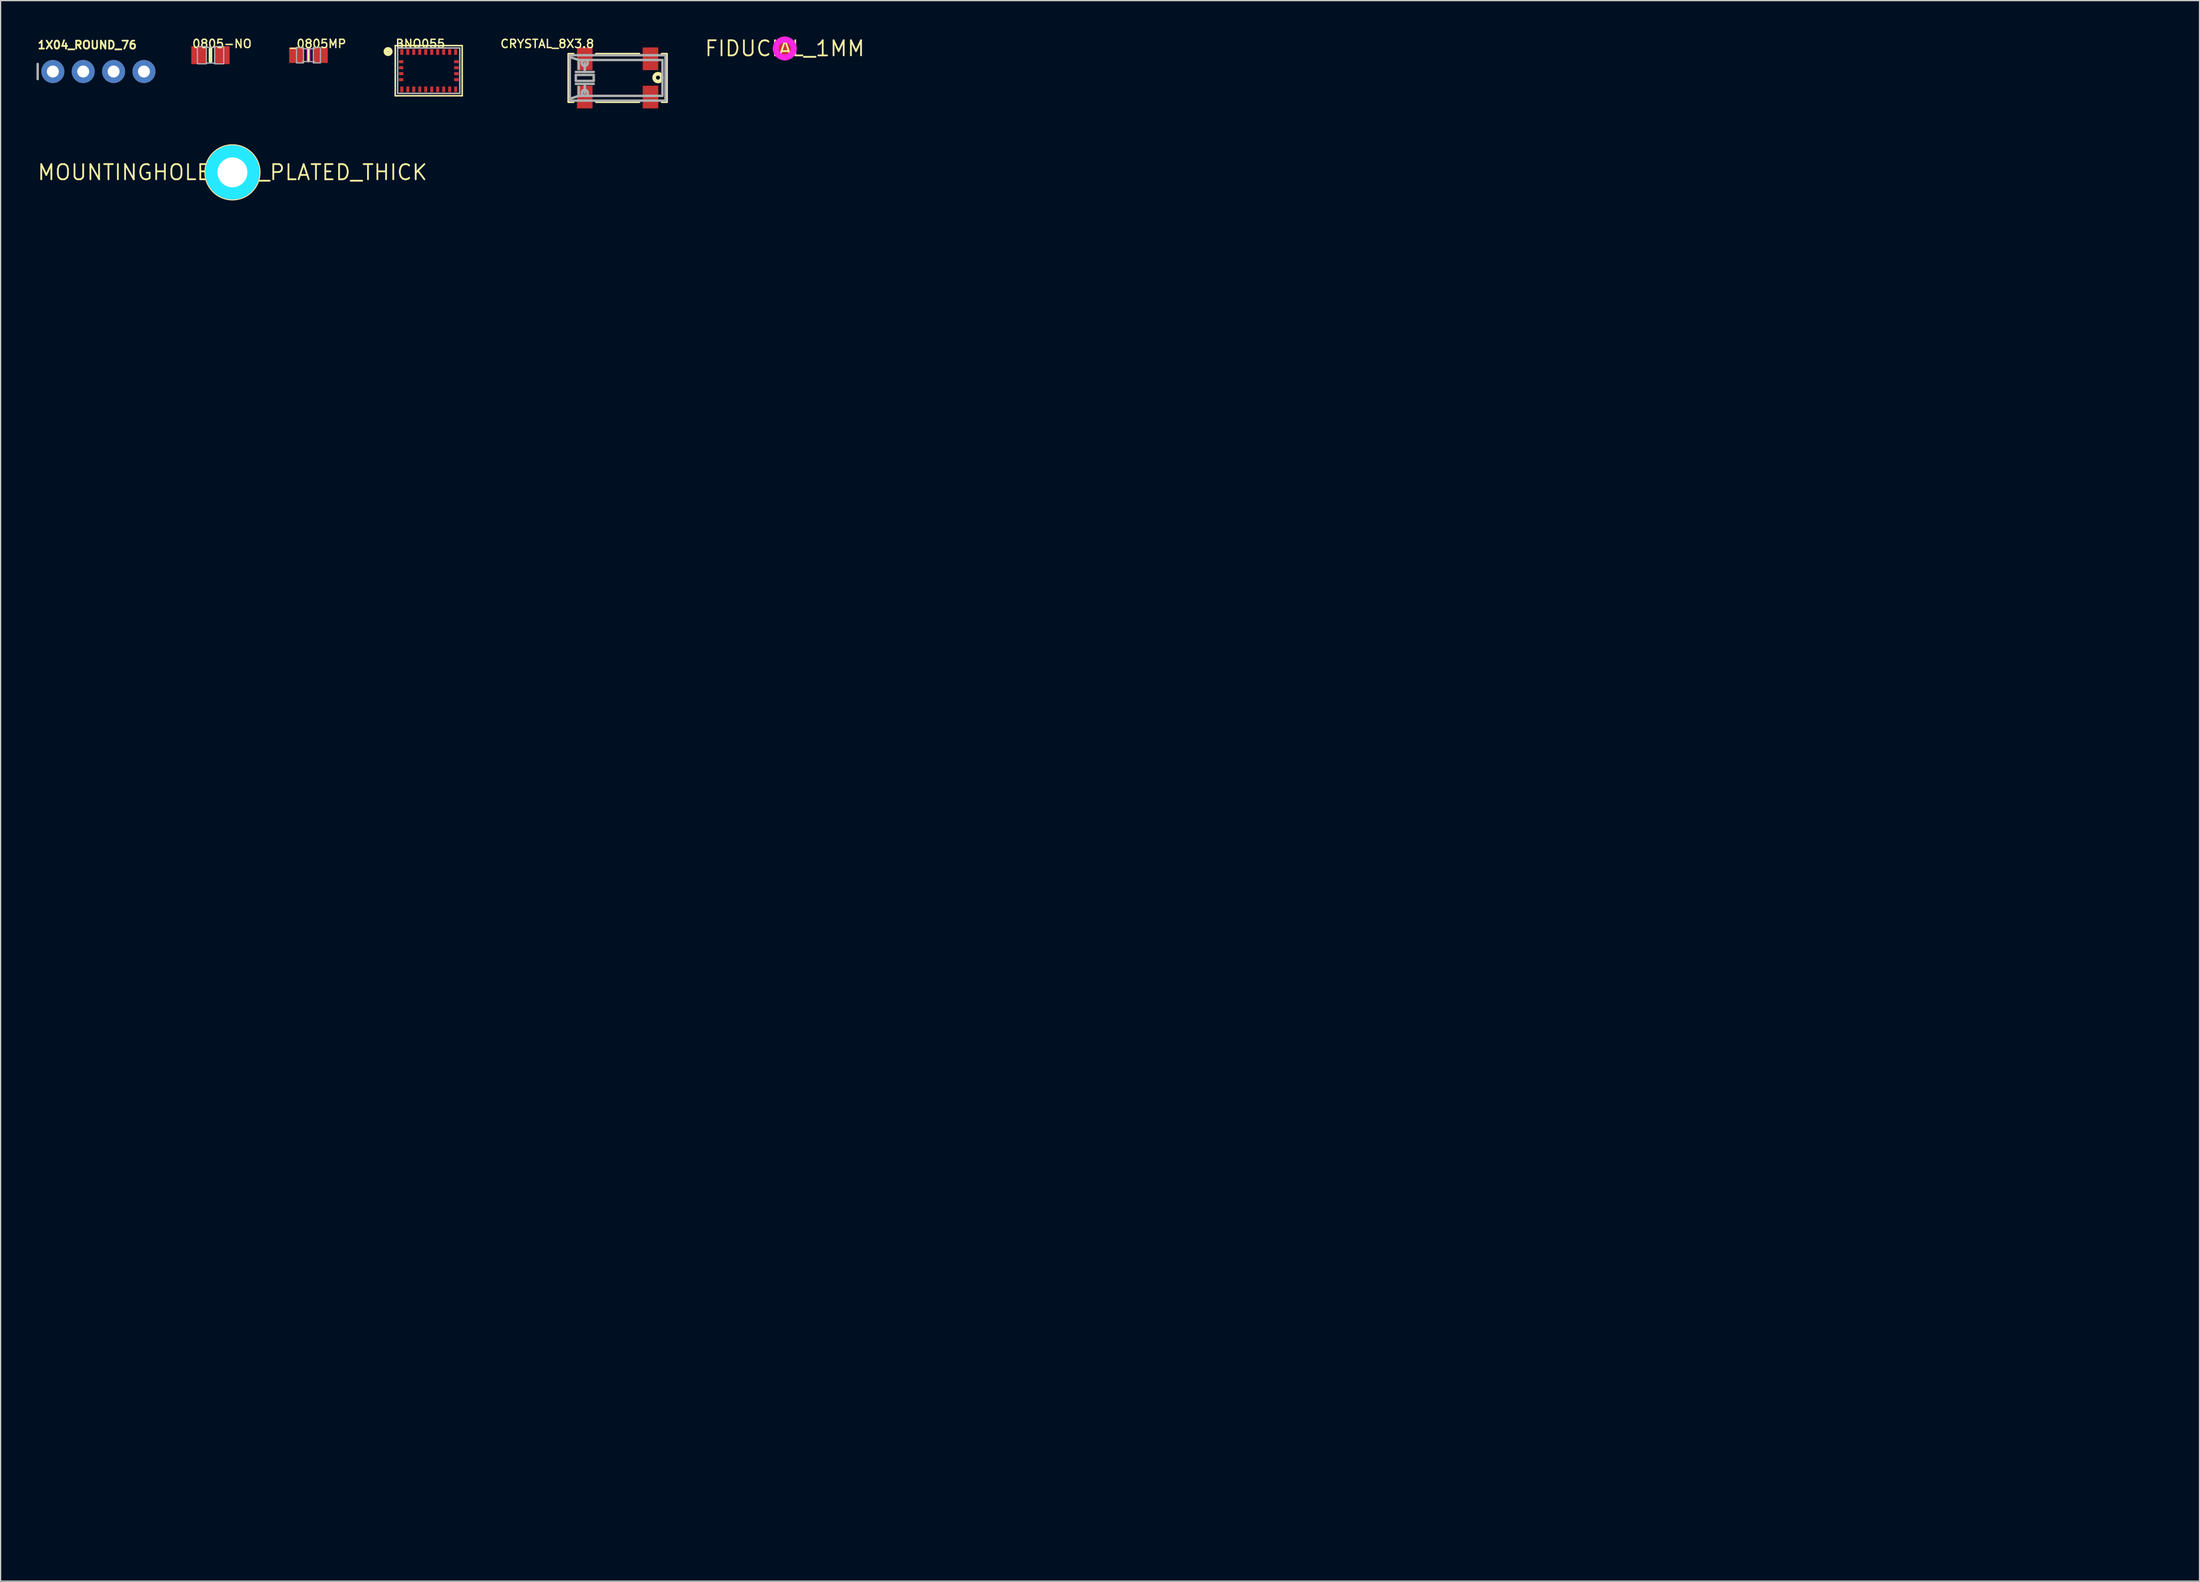
<source format=kicad_pcb>
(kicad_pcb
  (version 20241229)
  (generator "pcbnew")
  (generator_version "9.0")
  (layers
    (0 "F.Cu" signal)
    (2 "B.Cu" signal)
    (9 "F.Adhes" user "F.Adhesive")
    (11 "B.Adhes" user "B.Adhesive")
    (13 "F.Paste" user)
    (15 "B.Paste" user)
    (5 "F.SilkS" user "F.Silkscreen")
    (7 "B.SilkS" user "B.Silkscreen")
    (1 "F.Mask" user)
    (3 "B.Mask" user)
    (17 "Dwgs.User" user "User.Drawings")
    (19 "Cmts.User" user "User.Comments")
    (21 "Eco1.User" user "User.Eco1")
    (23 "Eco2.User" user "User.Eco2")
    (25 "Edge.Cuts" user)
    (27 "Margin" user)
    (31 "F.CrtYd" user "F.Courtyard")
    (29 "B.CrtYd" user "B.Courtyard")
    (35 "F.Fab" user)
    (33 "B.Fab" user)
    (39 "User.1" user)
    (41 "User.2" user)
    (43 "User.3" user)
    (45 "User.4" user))
  (footprint "1X04_ROUND_76"
    (layer "F.Cu")
    (at 5.182 2.934)
    (property "Reference" "1X04_ROUND_76" (at -5.156 -1.829 0) (layer "F.SilkS") (effects (font (size 0.666 0.666) (thickness 0.146)) (justify left bottom)))
    (fp_line (start -5.08 -0.635) (end -5.08 0.635) (stroke (width 0.203) (type solid)) (layer "F.Fab"))
    (fp_poly (pts (xy -4.064 0.254) (xy -3.556 0.254) (xy -3.556 -0.254) (xy -4.064 -0.254)) (stroke (width 0.1) (type default)) (fill no) (layer "F.Fab"))
    (fp_poly (pts (xy -1.524 0.254) (xy -1.016 0.254) (xy -1.016 -0.254) (xy -1.524 -0.254)) (stroke (width 0.1) (type default)) (fill no) (layer "F.Fab"))
    (fp_poly (pts (xy 1.016 0.254) (xy 1.524 0.254) (xy 1.524 -0.254) (xy 1.016 -0.254)) (stroke (width 0.1) (type default)) (fill no) (layer "F.Fab"))
    (fp_poly (pts (xy 3.556 0.254) (xy 4.064 0.254) (xy 4.064 -0.254) (xy 3.556 -0.254)) (stroke (width 0.1) (type default)) (fill no) (layer "F.Fab"))
    (pad "1" thru_hole circle (at -3.81 0 90) (size 1.93 1.93) (drill 1) (layers "*.Cu" "*.Mask"))
    (pad "2" thru_hole circle (at -1.27 0 90) (size 1.93 1.93) (drill 1) (layers "*.Cu" "*.Mask"))
    (pad "3" thru_hole circle (at 1.27 0 90) (size 1.93 1.93) (drill 1) (layers "*.Cu" "*.Mask"))
    (pad "4" thru_hole circle (at 3.81 0 90) (size 1.93 1.93) (drill 1) (layers "*.Cu" "*.Mask")))
  (footprint "FIDUCIAL_1MM"
    (layer "F.Cu")
    (at 62.602 1.006)
    (property "Reference" "FIDUCIAL_1MM" (at 0 0 0) (layer "F.SilkS") (effects (font (size 1.27 1.27) (thickness 0.15))))
    (fp_arc (start -0.75 0) (mid -0.53033 -0.53033) (end 0 -0.75) (stroke (width 0.5) (type solid)) (layer "F.Mask"))
    (fp_arc (start 0 -0.75) (mid 0.53033 -0.53033) (end 0.75 0) (stroke (width 0.5) (type solid)) (layer "F.Mask"))
    (fp_arc (start 0 0.75) (mid -0.53033 0.53033) (end -0.75 0) (stroke (width 0.5) (type solid)) (layer "F.Mask"))
    (fp_arc (start 0.75 0) (mid 0.53033 0.53033) (end 0 0.75) (stroke (width 0.5) (type solid)) (layer "F.Mask"))
    (fp_arc (start -0.75 0) (mid -0.53033 -0.53033) (end 0 -0.75) (stroke (width 0.5) (type solid)) (layer "F.CrtYd"))
    (fp_arc (start 0 -0.75) (mid 0.53033 -0.53033) (end 0.75 0) (stroke (width 0.5) (type solid)) (layer "F.CrtYd"))
    (fp_arc (start 0 0.75) (mid -0.53033 0.53033) (end -0.75 0) (stroke (width 0.5) (type solid)) (layer "F.CrtYd"))
    (fp_arc (start 0.75 0) (mid 0.53033 0.53033) (end 0 0.75) (stroke (width 0.5) (type solid)) (layer "F.CrtYd"))
    (pad "1" smd roundrect (at 0 0) (size 1 1) (layers "F.Cu" "F.Mask") (roundrect_rratio 0.5)))
  (footprint "0805-NO"
    (layer "F.Cu")
    (at 14.557 1.568)
    (property "Reference" "0805-NO" (at -1.587 -0.953 0) (layer "F.SilkS") (effects (font (size 0.693 0.693) (thickness 0.12)) (justify left)))
    (fp_line (start 0 -0.508) (end 0 0.508) (stroke (width 0.305) (type solid)) (layer "F.SilkS"))
    (fp_line (start -0.381 -0.66) (end 0.381 -0.66) (stroke (width 0.102) (type solid)) (layer "F.Fab"))
    (fp_line (start -0.356 0.66) (end 0.381 0.66) (stroke (width 0.102) (type solid)) (layer "F.Fab"))
    (fp_poly (pts (xy -1.092 0.724) (xy -0.342 0.724) (xy -0.342 -0.726) (xy -1.092 -0.726)) (stroke (width 0.1) (type default)) (fill no) (layer "F.Fab"))
    (fp_poly (pts (xy 0.356 0.724) (xy 1.106 0.724) (xy 1.106 -0.726) (xy 0.356 -0.726)) (stroke (width 0.1) (type default)) (fill no) (layer "F.Fab"))
    (pad "1" smd rect (at -0.95 0) (size 1.3 1.5) (layers "F.Cu" "F.Mask" "F.Paste"))
    (pad "2" smd rect (at 0.95 0) (size 1.3 1.5) (layers "F.Cu" "F.Mask" "F.Paste")))
  (footprint "_0805MP"
    (layer "F.Cu")
    (at 22.755 1.568)
    (property "Reference" "_0805MP" (at -1.587 -0.953 0) (layer "F.SilkS") (effects (font (size 0.693 0.693) (thickness 0.12)) (justify left)))
    (fp_line (start 0 -0.508) (end 0 0.508) (stroke (width 0.203) (type solid)) (layer "F.SilkS"))
    (fp_poly (pts (xy -0.2 0.5) (xy 0.2 0.5) (xy 0.2 -0.5) (xy -0.2 -0.5)) (stroke (width 0) (type default)) (fill yes) (layer "F.Adhes"))
    (fp_line (start -0.51 -0.535) (end 0.51 -0.535) (stroke (width 0.102) (type solid)) (layer "F.Fab"))
    (fp_line (start -0.51 0.535) (end 0.51 0.535) (stroke (width 0.102) (type solid)) (layer "F.Fab"))
    (fp_poly (pts (xy -1 0.65) (xy -0.417 0.65) (xy -0.417 -0.65) (xy -1 -0.65)) (stroke (width 0.1) (type default)) (fill no) (layer "F.Fab"))
    (fp_poly (pts (xy 0.406 0.65) (xy 1 0.65) (xy 1 -0.65) (xy 0.406 -0.65)) (stroke (width 0.1) (type default)) (fill no) (layer "F.Fab"))
    (pad "1" smd rect (at -1.016 0) (size 1.2 1.3) (layers "F.Cu" "F.Mask" "F.Paste"))
    (pad "2" smd rect (at 1.016 0) (size 1.2 1.3) (layers "F.Cu" "F.Mask" "F.Paste")))
  (footprint "CRYSTAL_8X3.8"
    (layer "F.Cu")
    (at 48.62 3.47)
    (property "Reference" "CRYSTAL_8X3.8" (at -1.9 -2.854 180) (layer "F.SilkS") (effects (font (size 0.693 0.693) (thickness 0.12)) (justify right)))
    (fp_line (start -4.1 -2) (end -4.1 2) (stroke (width 0.203) (type solid)) (layer "F.SilkS"))
    (fp_line (start -4.1 2) (end -3.7 2) (stroke (width 0.203) (type solid)) (layer "F.SilkS"))
    (fp_line (start -3.7 -2) (end -4.1 -2) (stroke (width 0.203) (type solid)) (layer "F.SilkS"))
    (fp_line (start -1.8 -2) (end 1.8 -2) (stroke (width 0.203) (type solid)) (layer "F.SilkS"))
    (fp_line (start -1.8 2) (end 1.8 2) (stroke (width 0.203) (type solid)) (layer "F.SilkS"))
    (fp_line (start 3.7 -2) (end 4.1 -2) (stroke (width 0.203) (type solid)) (layer "F.SilkS"))
    (fp_line (start 4.1 -2) (end 4.1 2) (stroke (width 0.203) (type solid)) (layer "F.SilkS"))
    (fp_line (start 4.1 2) (end 3.7 2) (stroke (width 0.203) (type solid)) (layer "F.SilkS"))
    (fp_circle (center 3.378 -0.025) (end 3.701 -0.025) (stroke (width 0.305) (type solid)) (fill no) (layer "F.SilkS"))
    (fp_line (start -4 -1.9) (end 4 -1.9) (stroke (width 0.203) (type solid)) (layer "F.Fab"))
    (fp_line (start -4 -1.75) (end -4 -1.9) (stroke (width 0.203) (type solid)) (layer "F.Fab"))
    (fp_line (start -4 -1.75) (end -3.25 -1.5) (stroke (width 0.203) (type solid)) (layer "F.Fab"))
    (fp_line (start -4 1.75) (end -4 -1.75) (stroke (width 0.203) (type solid)) (layer "F.Fab"))
    (fp_line (start -4 1.75) (end -3.25 1.5) (stroke (width 0.203) (type solid)) (layer "F.Fab"))
    (fp_line (start -4 1.9) (end -4 1.75) (stroke (width 0.203) (type solid)) (layer "F.Fab"))
    (fp_line (start -3.5 -0.5) (end -2.75 -0.5) (stroke (width 0.203) (type solid)) (layer "F.Fab"))
    (fp_line (start -3.5 -0.25) (end -2 -0.25) (stroke (width 0.203) (type solid)) (layer "F.Fab"))
    (fp_line (start -3.5 0.25) (end -3.5 -0.25) (stroke (width 0.203) (type solid)) (layer "F.Fab"))
    (fp_line (start -3.5 0.5) (end -2.75 0.5) (stroke (width 0.203) (type solid)) (layer "F.Fab"))
    (fp_line (start -3.25 -1.5) (end -3.25 -0.75) (stroke (width 0.203) (type solid)) (layer "F.Fab"))
    (fp_line (start -3.25 -1.5) (end 3.75 -1.5) (stroke (width 0.203) (type solid)) (layer "F.Fab"))
    (fp_line (start -3.25 1.5) (end -3.25 0.75) (stroke (width 0.203) (type solid)) (layer "F.Fab"))
    (fp_line (start -2.75 -0.5) (end -2.75 -1.25) (stroke (width 0.203) (type solid)) (layer "F.Fab"))
    (fp_line (start -2.75 -0.5) (end -2 -0.5) (stroke (width 0.203) (type solid)) (layer "F.Fab"))
    (fp_line (start -2.75 0.5) (end -2.75 1.25) (stroke (width 0.203) (type solid)) (layer "F.Fab"))
    (fp_line (start -2.75 0.5) (end -2 0.5) (stroke (width 0.203) (type solid)) (layer "F.Fab"))
    (fp_line (start -2 -0.25) (end -2 0.25) (stroke (width 0.203) (type solid)) (layer "F.Fab"))
    (fp_line (start -2 0.25) (end -3.5 0.25) (stroke (width 0.203) (type solid)) (layer "F.Fab"))
    (fp_line (start 3.75 -1.5) (end 3.75 1.5) (stroke (width 0.203) (type solid)) (layer "F.Fab"))
    (fp_line (start 3.75 1.5) (end -3.25 1.5) (stroke (width 0.203) (type solid)) (layer "F.Fab"))
    (fp_line (start 4 -1.9) (end 4 1.9) (stroke (width 0.203) (type solid)) (layer "F.Fab"))
    (fp_line (start 4 1.9) (end -4 1.9) (stroke (width 0.203) (type solid)) (layer "F.Fab"))
    (fp_circle (center -2.75 -1.25) (end -2.5 -1.25) (stroke (width 0.203) (type solid)) (fill no) (layer "F.Fab"))
    (fp_circle (center -2.75 1.25) (end -2.5 1.25) (stroke (width 0.203) (type solid)) (fill no) (layer "F.Fab"))
    (pad "P$1" smd rect (at -2.75 1.6) (size 1.3 1.9) (layers "F.Cu" "F.Mask" "F.Paste"))
    (pad "P$2" smd rect (at 2.75 1.6) (size 1.3 1.9) (layers "F.Cu" "F.Mask" "F.Paste"))
    (pad "P$3" smd rect (at 2.75 -1.6) (size 1.3 1.9) (layers "F.Cu" "F.Mask" "F.Paste"))
    (pad "P$4" smd rect (at -2.75 -1.6) (size 1.3 1.9) (layers "F.Cu" "F.Mask" "F.Paste")))
  (footprint "BNO055"
    (layer "F.Cu")
    (at 32.816 2.864)
    (property "Reference" "BNO055" (at -2.84 -2.248 0) (layer "F.SilkS") (effects (font (size 0.693 0.693) (thickness 0.12)) (justify left)))
    (fp_line (start -2.8 -2.1) (end 2.8 -2.1) (stroke (width 0.127) (type solid)) (layer "F.SilkS"))
    (fp_line (start -2.8 2.1) (end -2.8 -2.1) (stroke (width 0.127) (type solid)) (layer "F.SilkS"))
    (fp_line (start 2.8 -2.1) (end 2.8 2.1) (stroke (width 0.127) (type solid)) (layer "F.SilkS"))
    (fp_line (start 2.8 2.1) (end -2.8 2.1) (stroke (width 0.127) (type solid)) (layer "F.SilkS"))
    (fp_circle (center -3.4 -1.6) (end -3.2 -1.6) (stroke (width 0.35) (type solid)) (fill no) (layer "F.SilkS"))
    (fp_line (start -2.6 -1.9) (end 2.6 -1.9) (stroke (width 0.127) (type solid)) (layer "F.Fab"))
    (fp_line (start -2.6 1.9) (end -2.6 -1.9) (stroke (width 0.127) (type solid)) (layer "F.Fab"))
    (fp_line (start 2.6 -1.9) (end 2.6 1.9) (stroke (width 0.127) (type solid)) (layer "F.Fab"))
    (fp_line (start 2.6 1.9) (end -2.6 1.9) (stroke (width 0.127) (type solid)) (layer "F.Fab"))
    (pad "1" smd rect (at -2.25 -1.562) (size 0.25 0.475) (layers "F.Cu" "F.Mask" "F.Paste"))
    (pad "2" smd rect (at -2.312 -0.75) (size 0.375 0.25) (layers "F.Cu" "F.Mask" "F.Paste"))
    (pad "3" smd rect (at -2.312 -0.25) (size 0.375 0.25) (layers "F.Cu" "F.Mask" "F.Paste"))
    (pad "4" smd rect (at -2.312 0.25) (size 0.375 0.25) (layers "F.Cu" "F.Mask" "F.Paste"))
    (pad "5" smd rect (at -2.312 0.75) (size 0.375 0.25) (layers "F.Cu" "F.Mask" "F.Paste"))
    (pad "6" smd rect (at -2.25 1.562) (size 0.25 0.475) (layers "F.Cu" "F.Mask" "F.Paste"))
    (pad "7" smd rect (at -1.75 1.562) (size 0.25 0.475) (layers "F.Cu" "F.Mask" "F.Paste"))
    (pad "8" smd rect (at -1.25 1.562) (size 0.25 0.475) (layers "F.Cu" "F.Mask" "F.Paste"))
    (pad "9" smd rect (at -0.75 1.562) (size 0.25 0.475) (layers "F.Cu" "F.Mask" "F.Paste"))
    (pad "10" smd rect (at -0.25 1.562) (size 0.25 0.475) (layers "F.Cu" "F.Mask" "F.Paste"))
    (pad "11" smd rect (at 0.25 1.562) (size 0.25 0.475) (layers "F.Cu" "F.Mask" "F.Paste"))
    (pad "12" smd rect (at 0.75 1.562) (size 0.25 0.475) (layers "F.Cu" "F.Mask" "F.Paste"))
    (pad "13" smd rect (at 1.25 1.562) (size 0.25 0.475) (layers "F.Cu" "F.Mask" "F.Paste"))
    (pad "14" smd rect (at 1.75 1.562) (size 0.25 0.475) (layers "F.Cu" "F.Mask" "F.Paste"))
    (pad "15" smd rect (at 2.25 1.562) (size 0.25 0.475) (layers "F.Cu" "F.Mask" "F.Paste"))
    (pad "16" smd rect (at 2.312 0.75) (size 0.375 0.25) (layers "F.Cu" "F.Mask" "F.Paste"))
    (pad "17" smd rect (at 2.312 0.25) (size 0.375 0.25) (layers "F.Cu" "F.Mask" "F.Paste"))
    (pad "18" smd rect (at 2.312 -0.25) (size 0.375 0.25) (layers "F.Cu" "F.Mask" "F.Paste"))
    (pad "19" smd rect (at 2.312 -0.75) (size 0.375 0.25) (layers "F.Cu" "F.Mask" "F.Paste"))
    (pad "20" smd rect (at 2.25 -1.562) (size 0.25 0.475) (layers "F.Cu" "F.Mask" "F.Paste"))
    (pad "21" smd rect (at 1.75 -1.562) (size 0.25 0.475) (layers "F.Cu" "F.Mask" "F.Paste"))
    (pad "22" smd rect (at 1.25 -1.562) (size 0.25 0.475) (layers "F.Cu" "F.Mask" "F.Paste"))
    (pad "23" smd rect (at 0.75 -1.562) (size 0.25 0.475) (layers "F.Cu" "F.Mask" "F.Paste"))
    (pad "24" smd rect (at 0.25 -1.562) (size 0.25 0.475) (layers "F.Cu" "F.Mask" "F.Paste"))
    (pad "25" smd rect (at -0.25 -1.562) (size 0.25 0.475) (layers "F.Cu" "F.Mask" "F.Paste"))
    (pad "26" smd rect (at -0.75 -1.562) (size 0.25 0.475) (layers "F.Cu" "F.Mask" "F.Paste"))
    (pad "27" smd rect (at -1.25 -1.562) (size 0.25 0.475) (layers "F.Cu" "F.Mask" "F.Paste"))
    (pad "28" smd rect (at -1.75 -1.562) (size 0.25 0.475) (layers "F.Cu" "F.Mask" "F.Paste")))
  (footprint "MOUNTINGHOLE_2.5_PLATED_THICK"
    (layer "F.Cu")
    (at 16.396 11.371)
    (property "Reference" "MOUNTINGHOLE_2.5_PLATED_THICK" (at 0 0 0) (layer "F.SilkS") (effects (font (size 1.27 1.27) (thickness 0.15))))
    (fp_circle (center 0 0) (end 2.25 0) (stroke (width 0.203) (type solid)) (fill no) (layer "F.SilkS"))
    (fp_circle (center 0 0) (end 1.25 0) (stroke (width 2.032) (type solid)) (fill no) (layer "B.CrtYd"))
    (fp_circle (center 0 0) (end 1.25 0) (stroke (width 2.032) (type solid)) (fill no) (layer "F.CrtYd"))
    (pad "P$1" thru_hole circle (at 0 0) (size 4 4) (drill 2.5) (layers "*.Cu" "*.Mask"))
    (zone (net_name "") (layer "F.Cu") (hatch edge 0.5) (connect_pads) (min_thickness 0.25) (filled_areas_thickness no) (keepout (tracks not_allowed) (vias not_allowed) (pads not_allowed) (copperpour not_allowed) (footprints allowed)) (placement (enabled no)) (fill) (polygon (pts (xy 177.958 123.995) (xy 177.938 123.693) (xy 177.878 123.396) (xy 177.779 123.11) (xy 177.642 122.84) (xy 177.471 122.591) (xy 177.268 122.366) (xy 177.037 122.171) (xy 176.781 122.008) (xy 176.507 121.88) (xy 176.218 121.791) (xy 175.919 121.74) (xy 175.617 121.73) (xy 175.316 121.761) (xy 175.021 121.831) (xy 174.739 121.94) (xy 174.473 122.085) (xy 174.229 122.265) (xy 174.012 122.475) (xy 173.824 122.713) (xy 173.67 122.973) (xy 173.552 123.252) (xy 173.472 123.544) (xy 173.431 123.844) (xy 173.431 124.146) (xy 173.472 124.446) (xy 173.552 124.738) (xy 173.67 125.017) (xy 173.824 125.277) (xy 174.012 125.515) (xy 174.229 125.725) (xy 174.473 125.905) (xy 174.739 126.051) (xy 175.021 126.159) (xy 175.316 126.229) (xy 175.617 126.26) (xy 175.919 126.25) (xy 176.218 126.199) (xy 176.507 126.11) (xy 176.781 125.982) (xy 177.037 125.819) (xy 177.268 125.624) (xy 177.471 125.399) (xy 177.642 125.15) (xy 177.779 124.88) (xy 177.878 124.594) (xy 177.938 124.297))) (polygon (pts (xy 175.926 123.995) (xy 175.906 123.9) (xy 175.849 123.821) (xy 175.765 123.773) (xy 175.668 123.762) (xy 175.575 123.792) (xy 175.503 123.858) (xy 175.464 123.946) (xy 175.464 124.044) (xy 175.503 124.133) (xy 175.575 124.198) (xy 175.668 124.228) (xy 175.765 124.218) (xy 175.849 124.169) (xy 175.906 124.09))))
    (zone (net_name "") (layer "B.Cu") (hatch edge 0.5) (connect_pads) (min_thickness 0.25) (filled_areas_thickness no) (keepout (tracks not_allowed) (vias not_allowed) (pads not_allowed) (copperpour not_allowed) (footprints allowed)) (placement (enabled no)) (fill) (polygon (pts (xy 177.958 123.995) (xy 177.938 123.693) (xy 177.878 123.396) (xy 177.779 123.11) (xy 177.642 122.84) (xy 177.471 122.591) (xy 177.268 122.366) (xy 177.037 122.171) (xy 176.781 122.008) (xy 176.507 121.88) (xy 176.218 121.791) (xy 175.919 121.74) (xy 175.617 121.73) (xy 175.316 121.761) (xy 175.021 121.831) (xy 174.739 121.94) (xy 174.473 122.085) (xy 174.229 122.265) (xy 174.012 122.475) (xy 173.824 122.713) (xy 173.67 122.973) (xy 173.552 123.252) (xy 173.472 123.544) (xy 173.431 123.844) (xy 173.431 124.146) (xy 173.472 124.446) (xy 173.552 124.738) (xy 173.67 125.017) (xy 173.824 125.277) (xy 174.012 125.515) (xy 174.229 125.725) (xy 174.473 125.905) (xy 174.739 126.051) (xy 175.021 126.159) (xy 175.316 126.229) (xy 175.617 126.26) (xy 175.919 126.25) (xy 176.218 126.199) (xy 176.507 126.11) (xy 176.781 125.982) (xy 177.037 125.819) (xy 177.268 125.624) (xy 177.471 125.399) (xy 177.642 125.15) (xy 177.779 124.88) (xy 177.878 124.594) (xy 177.938 124.297))) (polygon (pts (xy 175.926 123.995) (xy 175.906 123.9) (xy 175.849 123.821) (xy 175.765 123.773) (xy 175.668 123.762) (xy 175.575 123.792) (xy 175.503 123.858) (xy 175.464 123.946) (xy 175.464 124.044) (xy 175.503 124.133) (xy 175.575 124.198) (xy 175.668 124.228) (xy 175.765 124.218) (xy 175.849 124.169) (xy 175.906 124.09)))))
  (gr_rect
    (start -3 -3)
    (end 180.958 129.26)
    (stroke (width 0.1) (type default))
    (fill no)
    (layer "Edge.Cuts")))
</source>
